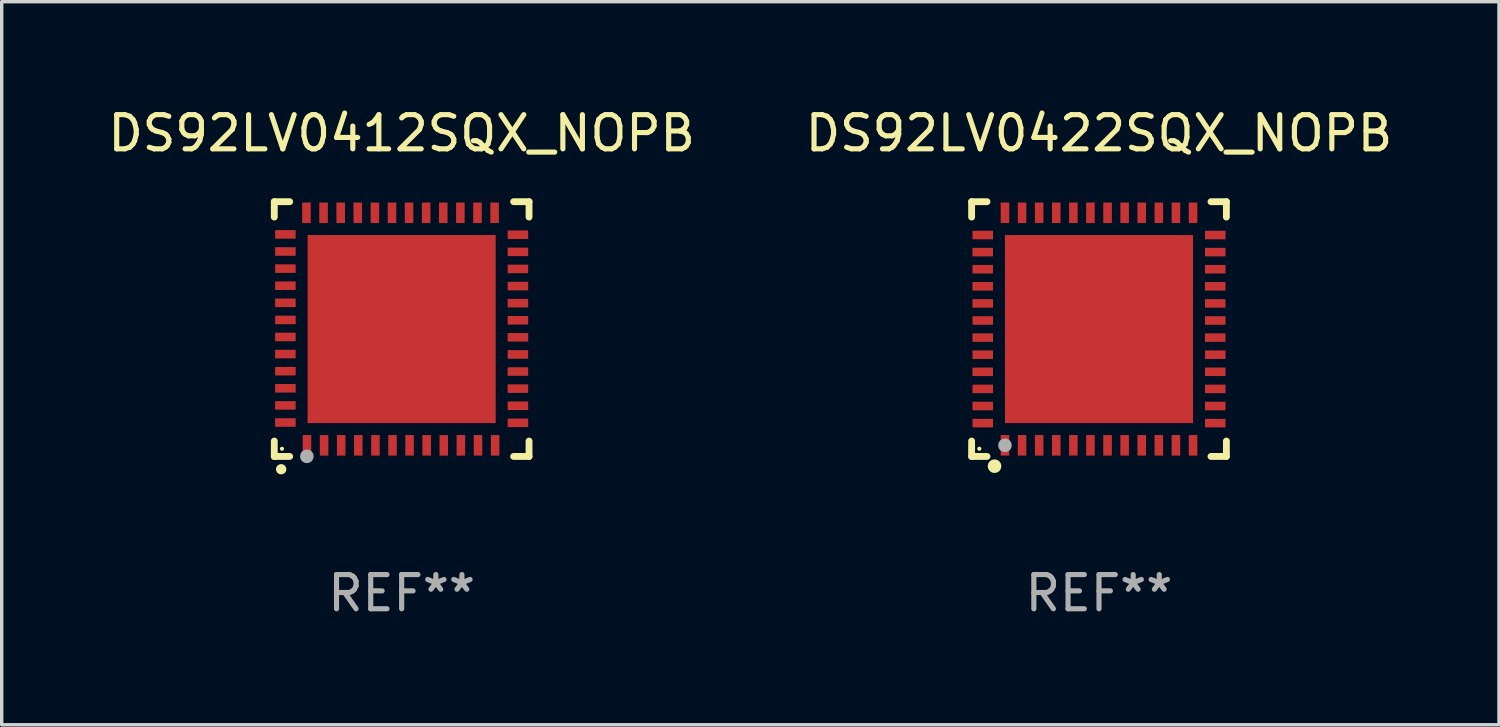
<source format=kicad_pcb>
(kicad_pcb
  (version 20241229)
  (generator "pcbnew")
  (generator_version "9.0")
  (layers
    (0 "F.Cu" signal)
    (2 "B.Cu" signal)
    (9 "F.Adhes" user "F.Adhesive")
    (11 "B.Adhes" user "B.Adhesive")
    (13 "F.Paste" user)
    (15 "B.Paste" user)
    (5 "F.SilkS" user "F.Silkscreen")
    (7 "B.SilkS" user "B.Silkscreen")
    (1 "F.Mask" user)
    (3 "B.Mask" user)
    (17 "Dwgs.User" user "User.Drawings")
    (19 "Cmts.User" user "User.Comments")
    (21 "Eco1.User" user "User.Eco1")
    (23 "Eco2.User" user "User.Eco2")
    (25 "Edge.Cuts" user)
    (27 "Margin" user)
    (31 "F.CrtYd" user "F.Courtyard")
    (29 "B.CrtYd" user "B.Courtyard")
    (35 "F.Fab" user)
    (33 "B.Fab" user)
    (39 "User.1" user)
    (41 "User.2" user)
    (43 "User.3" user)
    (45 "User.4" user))
  (footprint "DS92LV0422SQX_NOPB"
    (layer "F.Cu")
    (at 29.089 6.573)
    (property "Reference" "DS92LV0422SQX_NOPB" (at 0 -5.725 0) (layer "F.SilkS") (effects (font (size 1 1) (thickness 0.15))))
    (attr through_hole)
    (fp_line (start -3.725 -3.725) (end -3.275 -3.725) (stroke (width 0.2) (type solid)) (layer "F.SilkS"))
    (fp_line (start -3.725 -3.275) (end -3.725 -3.725) (stroke (width 0.2) (type solid)) (layer "F.SilkS"))
    (fp_line (start -3.725 3.725) (end -3.725 3.275) (stroke (width 0.2) (type solid)) (layer "F.SilkS"))
    (fp_line (start -3.275 3.725) (end -3.725 3.725) (stroke (width 0.2) (type solid)) (layer "F.SilkS"))
    (fp_line (start 3.275 3.725) (end 3.725 3.725) (stroke (width 0.2) (type solid)) (layer "F.SilkS"))
    (fp_line (start 3.725 -3.725) (end 3.275 -3.725) (stroke (width 0.2) (type solid)) (layer "F.SilkS"))
    (fp_line (start 3.725 -3.275) (end 3.725 -3.725) (stroke (width 0.2) (type solid)) (layer "F.SilkS"))
    (fp_line (start 3.725 3.725) (end 3.725 3.275) (stroke (width 0.2) (type solid)) (layer "F.SilkS"))
    (fp_circle (center -3.5 3.5) (end -3.47 3.5) (stroke (width 0.06) (type solid)) (fill no) (layer "F.SilkS"))
    (fp_circle (center -3.055 4.01) (end -2.955 4.01) (stroke (width 0.2) (type solid)) (fill no) (layer "F.SilkS"))
    (fp_circle (center -2.75 3.4) (end -2.65 3.4) (stroke (width 0.2) (type solid)) (fill no) (layer "F.Fab"))
    (fp_text user "REF**" (at 0 7.725 0) (layer "F.Fab") (effects (font (size 1 1) (thickness 0.15))))
    (pad "1" smd rect (at -2.75 3.4 180) (size 0.25 0.6) (layers "F.Cu" "F.Mask" "F.Paste"))
    (pad "2" smd rect (at -2.25 3.4 180) (size 0.25 0.6) (layers "F.Cu" "F.Mask" "F.Paste"))
    (pad "3" smd rect (at -1.75 3.4 180) (size 0.25 0.6) (layers "F.Cu" "F.Mask" "F.Paste"))
    (pad "4" smd rect (at -1.25 3.4 180) (size 0.25 0.6) (layers "F.Cu" "F.Mask" "F.Paste"))
    (pad "5" smd rect (at -0.75 3.4 180) (size 0.25 0.6) (layers "F.Cu" "F.Mask" "F.Paste"))
    (pad "6" smd rect (at -0.25 3.4 180) (size 0.25 0.6) (layers "F.Cu" "F.Mask" "F.Paste"))
    (pad "7" smd rect (at 0.25 3.4 180) (size 0.25 0.6) (layers "F.Cu" "F.Mask" "F.Paste"))
    (pad "8" smd rect (at 0.75 3.4 180) (size 0.25 0.6) (layers "F.Cu" "F.Mask" "F.Paste"))
    (pad "9" smd rect (at 1.25 3.4 180) (size 0.25 0.6) (layers "F.Cu" "F.Mask" "F.Paste"))
    (pad "10" smd rect (at 1.75 3.4 180) (size 0.25 0.6) (layers "F.Cu" "F.Mask" "F.Paste"))
    (pad "11" smd rect (at 2.25 3.4 180) (size 0.25 0.6) (layers "F.Cu" "F.Mask" "F.Paste"))
    (pad "12" smd rect (at 2.75 3.4 180) (size 0.25 0.6) (layers "F.Cu" "F.Mask" "F.Paste"))
    (pad "13" smd rect (at 3.4 2.75 90) (size 0.25 0.6) (layers "F.Cu" "F.Mask" "F.Paste"))
    (pad "14" smd rect (at 3.4 2.25 90) (size 0.25 0.6) (layers "F.Cu" "F.Mask" "F.Paste"))
    (pad "15" smd rect (at 3.4 1.75 90) (size 0.25 0.6) (layers "F.Cu" "F.Mask" "F.Paste"))
    (pad "16" smd rect (at 3.4 1.25 90) (size 0.25 0.6) (layers "F.Cu" "F.Mask" "F.Paste"))
    (pad "17" smd rect (at 3.4 0.75 90) (size 0.25 0.6) (layers "F.Cu" "F.Mask" "F.Paste"))
    (pad "18" smd rect (at 3.4 0.25 90) (size 0.25 0.6) (layers "F.Cu" "F.Mask" "F.Paste"))
    (pad "19" smd rect (at 3.4 -0.25 90) (size 0.25 0.6) (layers "F.Cu" "F.Mask" "F.Paste"))
    (pad "20" smd rect (at 3.4 -0.75 90) (size 0.25 0.6) (layers "F.Cu" "F.Mask" "F.Paste"))
    (pad "21" smd rect (at 3.4 -1.25 90) (size 0.25 0.6) (layers "F.Cu" "F.Mask" "F.Paste"))
    (pad "22" smd rect (at 3.4 -1.75 90) (size 0.25 0.6) (layers "F.Cu" "F.Mask" "F.Paste"))
    (pad "23" smd rect (at 3.4 -2.25 90) (size 0.25 0.6) (layers "F.Cu" "F.Mask" "F.Paste"))
    (pad "24" smd rect (at 3.4 -2.75 90) (size 0.25 0.6) (layers "F.Cu" "F.Mask" "F.Paste"))
    (pad "25" smd rect (at 2.75 -3.4 180) (size 0.25 0.6) (layers "F.Cu" "F.Mask" "F.Paste"))
    (pad "26" smd rect (at 2.25 -3.4 180) (size 0.25 0.6) (layers "F.Cu" "F.Mask" "F.Paste"))
    (pad "27" smd rect (at 1.75 -3.4 180) (size 0.25 0.6) (layers "F.Cu" "F.Mask" "F.Paste"))
    (pad "28" smd rect (at 1.25 -3.4 180) (size 0.25 0.6) (layers "F.Cu" "F.Mask" "F.Paste"))
    (pad "29" smd rect (at 0.75 -3.4 180) (size 0.25 0.6) (layers "F.Cu" "F.Mask" "F.Paste"))
    (pad "30" smd rect (at 0.25 -3.4 180) (size 0.25 0.6) (layers "F.Cu" "F.Mask" "F.Paste"))
    (pad "31" smd rect (at -0.25 -3.4 180) (size 0.25 0.6) (layers "F.Cu" "F.Mask" "F.Paste"))
    (pad "32" smd rect (at -0.75 -3.4 180) (size 0.25 0.6) (layers "F.Cu" "F.Mask" "F.Paste"))
    (pad "33" smd rect (at -1.25 -3.4 180) (size 0.25 0.6) (layers "F.Cu" "F.Mask" "F.Paste"))
    (pad "34" smd rect (at -1.75 -3.4 180) (size 0.25 0.6) (layers "F.Cu" "F.Mask" "F.Paste"))
    (pad "35" smd rect (at -2.25 -3.4 180) (size 0.25 0.6) (layers "F.Cu" "F.Mask" "F.Paste"))
    (pad "36" smd rect (at -2.75 -3.4 180) (size 0.25 0.6) (layers "F.Cu" "F.Mask" "F.Paste"))
    (pad "37" smd rect (at -3.4 -2.75 90) (size 0.25 0.6) (layers "F.Cu" "F.Mask" "F.Paste"))
    (pad "38" smd rect (at -3.4 -2.25 90) (size 0.25 0.6) (layers "F.Cu" "F.Mask" "F.Paste"))
    (pad "39" smd rect (at -3.4 -1.75 90) (size 0.25 0.6) (layers "F.Cu" "F.Mask" "F.Paste"))
    (pad "40" smd rect (at -3.4 -1.25 90) (size 0.25 0.6) (layers "F.Cu" "F.Mask" "F.Paste"))
    (pad "41" smd rect (at -3.4 -0.75 90) (size 0.25 0.6) (layers "F.Cu" "F.Mask" "F.Paste"))
    (pad "42" smd rect (at -3.4 -0.25 90) (size 0.25 0.6) (layers "F.Cu" "F.Mask" "F.Paste"))
    (pad "43" smd rect (at -3.4 0.25 90) (size 0.25 0.6) (layers "F.Cu" "F.Mask" "F.Paste"))
    (pad "44" smd rect (at -3.4 0.75 90) (size 0.25 0.6) (layers "F.Cu" "F.Mask" "F.Paste"))
    (pad "45" smd rect (at -3.4 1.25 90) (size 0.25 0.6) (layers "F.Cu" "F.Mask" "F.Paste"))
    (pad "46" smd rect (at -3.4 1.75 90) (size 0.25 0.6) (layers "F.Cu" "F.Mask" "F.Paste"))
    (pad "47" smd rect (at -3.4 2.25 90) (size 0.25 0.6) (layers "F.Cu" "F.Mask" "F.Paste"))
    (pad "48" smd rect (at -3.4 2.75 90) (size 0.25 0.6) (layers "F.Cu" "F.Mask" "F.Paste"))
    (pad "49" smd rect (at -0.000076 -0.000076 90) (size 5.5 5.5) (layers "F.Cu" "F.Mask" "F.Paste")))
  (footprint "DS92LV0412SQX_NOPB"
    (layer "F.Cu")
    (at 8.696 6.573)
    (property "Reference" "DS92LV0412SQX_NOPB" (at 0 -5.725 0) (layer "F.SilkS") (effects (font (size 1 1) (thickness 0.15))))
    (attr through_hole)
    (fp_line (start -3.725 -3.725) (end -3.275 -3.725) (stroke (width 0.2) (type solid)) (layer "F.SilkS"))
    (fp_line (start -3.725 -3.275) (end -3.725 -3.725) (stroke (width 0.2) (type solid)) (layer "F.SilkS"))
    (fp_line (start -3.725 3.725) (end -3.725 3.275) (stroke (width 0.2) (type solid)) (layer "F.SilkS"))
    (fp_line (start -3.275 3.725) (end -3.725 3.725) (stroke (width 0.2) (type solid)) (layer "F.SilkS"))
    (fp_line (start 3.275 3.725) (end 3.725 3.725) (stroke (width 0.2) (type solid)) (layer "F.SilkS"))
    (fp_line (start 3.725 -3.725) (end 3.275 -3.725) (stroke (width 0.2) (type solid)) (layer "F.SilkS"))
    (fp_line (start 3.725 -3.275) (end 3.725 -3.725) (stroke (width 0.2) (type solid)) (layer "F.SilkS"))
    (fp_line (start 3.725 3.725) (end 3.725 3.275) (stroke (width 0.2) (type solid)) (layer "F.SilkS"))
    (fp_arc (start -3.525527 4.099568) (mid -3.524257 4.099563) (end -3.522987 4.099568) (stroke (width 0.3) (type solid)) (layer "F.SilkS"))
    (fp_circle (center -3.5 3.501) (end -3.47 3.501) (stroke (width 0.06) (type solid)) (fill no) (layer "F.SilkS"))
    (fp_circle (center -2.772 3.722) (end -2.672 3.722) (stroke (width 0.2) (type solid)) (fill no) (layer "F.Fab"))
    (fp_text user "REF**" (at 0 7.725 0) (layer "F.Fab") (effects (font (size 1 1) (thickness 0.15))))
    (pad "1" smd rect (at -2.769 3.4 180) (size 0.25 0.6) (layers "F.Cu" "F.Mask" "F.Paste"))
    (pad "2" smd rect (at -2.268 3.4 180) (size 0.25 0.6) (layers "F.Cu" "F.Mask" "F.Paste"))
    (pad "3" smd rect (at -1.768 3.4 180) (size 0.25 0.6) (layers "F.Cu" "F.Mask" "F.Paste"))
    (pad "4" smd rect (at -1.268 3.4 180) (size 0.25 0.6) (layers "F.Cu" "F.Mask" "F.Paste"))
    (pad "5" smd rect (at -0.767 3.4 180) (size 0.25 0.6) (layers "F.Cu" "F.Mask" "F.Paste"))
    (pad "6" smd rect (at -0.267 3.4 180) (size 0.25 0.6) (layers "F.Cu" "F.Mask" "F.Paste"))
    (pad "7" smd rect (at 0.231 3.4 180) (size 0.25 0.6) (layers "F.Cu" "F.Mask" "F.Paste"))
    (pad "8" smd rect (at 0.731 3.4 180) (size 0.25 0.6) (layers "F.Cu" "F.Mask" "F.Paste"))
    (pad "9" smd rect (at 1.232 3.4 180) (size 0.25 0.6) (layers "F.Cu" "F.Mask" "F.Paste"))
    (pad "10" smd rect (at 1.732 3.4 180) (size 0.25 0.6) (layers "F.Cu" "F.Mask" "F.Paste"))
    (pad "11" smd rect (at 2.233 3.4 180) (size 0.25 0.6) (layers "F.Cu" "F.Mask" "F.Paste"))
    (pad "12" smd rect (at 2.733 3.4 180) (size 0.25 0.6) (layers "F.Cu" "F.Mask" "F.Paste"))
    (pad "13" smd rect (at 3.4 2.743 90) (size 0.25 0.6) (layers "F.Cu" "F.Mask" "F.Paste"))
    (pad "14" smd rect (at 3.4 2.243 90) (size 0.25 0.6) (layers "F.Cu" "F.Mask" "F.Paste"))
    (pad "15" smd rect (at 3.4 1.742 90) (size 0.25 0.6) (layers "F.Cu" "F.Mask" "F.Paste"))
    (pad "16" smd rect (at 3.4 1.242 90) (size 0.25 0.6) (layers "F.Cu" "F.Mask" "F.Paste"))
    (pad "17" smd rect (at 3.4 0.742 90) (size 0.25 0.6) (layers "F.Cu" "F.Mask" "F.Paste"))
    (pad "18" smd rect (at 3.4 0.241 90) (size 0.25 0.6) (layers "F.Cu" "F.Mask" "F.Paste"))
    (pad "19" smd rect (at 3.4 -0.257 90) (size 0.25 0.6) (layers "F.Cu" "F.Mask" "F.Paste"))
    (pad "20" smd rect (at 3.4 -0.757 90) (size 0.25 0.6) (layers "F.Cu" "F.Mask" "F.Paste"))
    (pad "21" smd rect (at 3.4 -1.257 90) (size 0.25 0.6) (layers "F.Cu" "F.Mask" "F.Paste"))
    (pad "22" smd rect (at 3.4 -1.758 90) (size 0.25 0.6) (layers "F.Cu" "F.Mask" "F.Paste"))
    (pad "23" smd rect (at 3.4 -2.258 90) (size 0.25 0.6) (layers "F.Cu" "F.Mask" "F.Paste"))
    (pad "24" smd rect (at 3.4 -2.759 90) (size 0.25 0.6) (layers "F.Cu" "F.Mask" "F.Paste"))
    (pad "25" smd rect (at 2.718 -3.4 180) (size 0.25 0.6) (layers "F.Cu" "F.Mask" "F.Paste"))
    (pad "26" smd rect (at 2.217 -3.4 180) (size 0.25 0.6) (layers "F.Cu" "F.Mask" "F.Paste"))
    (pad "27" smd rect (at 1.717 -3.4 180) (size 0.25 0.6) (layers "F.Cu" "F.Mask" "F.Paste"))
    (pad "28" smd rect (at 1.217 -3.4 180) (size 0.25 0.6) (layers "F.Cu" "F.Mask" "F.Paste"))
    (pad "29" smd rect (at 0.716 -3.4 180) (size 0.25 0.6) (layers "F.Cu" "F.Mask" "F.Paste"))
    (pad "30" smd rect (at 0.216 -3.4 180) (size 0.25 0.6) (layers "F.Cu" "F.Mask" "F.Paste"))
    (pad "31" smd rect (at -0.282 -3.4 180) (size 0.25 0.6) (layers "F.Cu" "F.Mask" "F.Paste"))
    (pad "32" smd rect (at -0.782 -3.4 180) (size 0.25 0.6) (layers "F.Cu" "F.Mask" "F.Paste"))
    (pad "33" smd rect (at -1.283 -3.4 180) (size 0.25 0.6) (layers "F.Cu" "F.Mask" "F.Paste"))
    (pad "34" smd rect (at -1.783 -3.4 180) (size 0.25 0.6) (layers "F.Cu" "F.Mask" "F.Paste"))
    (pad "35" smd rect (at -2.284 -3.4 180) (size 0.25 0.6) (layers "F.Cu" "F.Mask" "F.Paste"))
    (pad "36" smd rect (at -2.784 -3.4 180) (size 0.25 0.6) (layers "F.Cu" "F.Mask" "F.Paste"))
    (pad "37" smd rect (at -3.4 -2.769 90) (size 0.25 0.6) (layers "F.Cu" "F.Mask" "F.Paste"))
    (pad "38" smd rect (at -3.4 -2.268 90) (size 0.25 0.6) (layers "F.Cu" "F.Mask" "F.Paste"))
    (pad "39" smd rect (at -3.4 -1.768 90) (size 0.25 0.6) (layers "F.Cu" "F.Mask" "F.Paste"))
    (pad "40" smd rect (at -3.4 -1.268 90) (size 0.25 0.6) (layers "F.Cu" "F.Mask" "F.Paste"))
    (pad "41" smd rect (at -3.4 -0.767 90) (size 0.25 0.6) (layers "F.Cu" "F.Mask" "F.Paste"))
    (pad "42" smd rect (at -3.4 -0.267 90) (size 0.25 0.6) (layers "F.Cu" "F.Mask" "F.Paste"))
    (pad "43" smd rect (at -3.4 0.231 90) (size 0.25 0.6) (layers "F.Cu" "F.Mask" "F.Paste"))
    (pad "44" smd rect (at -3.4 0.731 90) (size 0.25 0.6) (layers "F.Cu" "F.Mask" "F.Paste"))
    (pad "45" smd rect (at -3.4 1.232 90) (size 0.25 0.6) (layers "F.Cu" "F.Mask" "F.Paste"))
    (pad "46" smd rect (at -3.4 1.732 90) (size 0.25 0.6) (layers "F.Cu" "F.Mask" "F.Paste"))
    (pad "47" smd rect (at -3.4 2.233 90) (size 0.25 0.6) (layers "F.Cu" "F.Mask" "F.Paste"))
    (pad "48" smd rect (at -3.4 2.733 90) (size 0.25 0.6) (layers "F.Cu" "F.Mask" "F.Paste"))
    (pad "49" smd rect (at -0.000076 -0.000076 90) (size 5.5 5.5) (layers "F.Cu" "F.Mask" "F.Paste")))
  (gr_rect
    (start -3 -3)
    (end 40.786 18.146)
    (stroke (width 0.1) (type default))
    (fill no)
    (layer "Edge.Cuts")))
</source>
